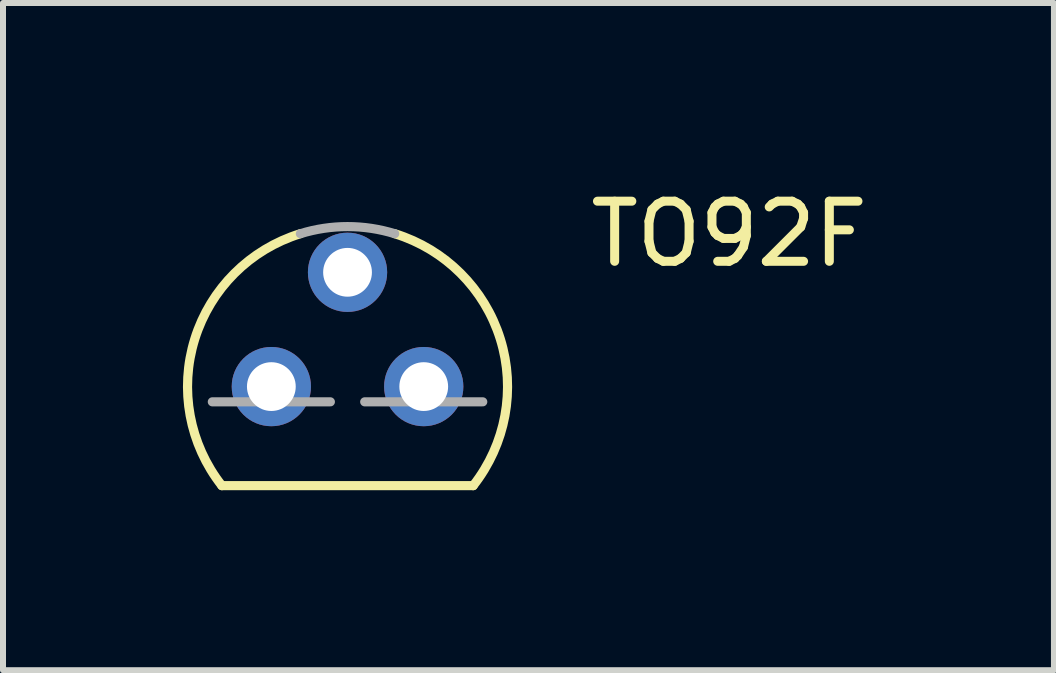
<source format=kicad_pcb>
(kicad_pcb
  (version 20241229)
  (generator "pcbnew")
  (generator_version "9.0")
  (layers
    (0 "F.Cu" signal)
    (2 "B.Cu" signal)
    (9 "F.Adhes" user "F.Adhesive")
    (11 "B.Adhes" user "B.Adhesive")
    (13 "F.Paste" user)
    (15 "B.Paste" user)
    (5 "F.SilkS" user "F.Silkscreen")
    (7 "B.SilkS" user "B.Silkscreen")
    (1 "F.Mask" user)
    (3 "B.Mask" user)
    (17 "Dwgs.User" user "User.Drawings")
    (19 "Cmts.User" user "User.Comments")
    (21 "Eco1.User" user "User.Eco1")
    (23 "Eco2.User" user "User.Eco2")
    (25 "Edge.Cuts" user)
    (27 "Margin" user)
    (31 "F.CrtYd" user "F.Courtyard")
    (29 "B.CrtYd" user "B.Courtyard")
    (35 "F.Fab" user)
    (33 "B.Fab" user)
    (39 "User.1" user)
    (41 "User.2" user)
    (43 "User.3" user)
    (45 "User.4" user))
  (footprint "TO92F"
    (layer "F.Cu")
    (at 2.743 3.394)
    (property "Reference" "TO92F" (at 6.361 -2.544 0) (layer "F.SilkS") (effects (font (size 1.002 1.002) (thickness 0.15))))
    (attr through_hole)
    (fp_line (start -2.095 1.651) (end 2.095 1.651) (stroke (width 0.152) (type solid)) (layer "F.SilkS"))
    (fp_arc (start -2.0946 1.651) (mid -2.54634 -0.793276) (end -0.7863 -2.5485) (stroke (width 0.1524) (type solid)) (layer "F.SilkS"))
    (fp_arc (start 0.786799 -2.5484) (mid 2.546775 -0.793203) (end 2.095 1.651) (stroke (width 0.1524) (type solid)) (layer "F.SilkS"))
    (fp_line (start -2.254 0.254) (end -0.286 0.254) (stroke (width 0.152) (type solid)) (layer "F.Fab"))
    (fp_line (start 0.286 0.254) (end 2.254 0.254) (stroke (width 0.152) (type solid)) (layer "F.Fab"))
    (fp_arc (start -0.7863 -2.5485) (mid 0 -2.667043) (end 0.7863 -2.5485) (stroke (width 0.1524) (type solid)) (layer "F.Fab"))
    (pad "1" thru_hole circle (at -1.27 0) (size 1.321 1.321) (drill 0.813) (layers "*.Cu" "*.Mask"))
    (pad "2" thru_hole circle (at 0 -1.905) (size 1.321 1.321) (drill 0.813) (layers "*.Cu" "*.Mask"))
    (pad "3" thru_hole circle (at 1.27 0) (size 1.321 1.321) (drill 0.813) (layers "*.Cu" "*.Mask")))
  (gr_rect
    (start -3 -3)
    (end 14.518 8.121)
    (stroke (width 0.1) (type default))
    (fill no)
    (layer "Edge.Cuts")))
</source>
